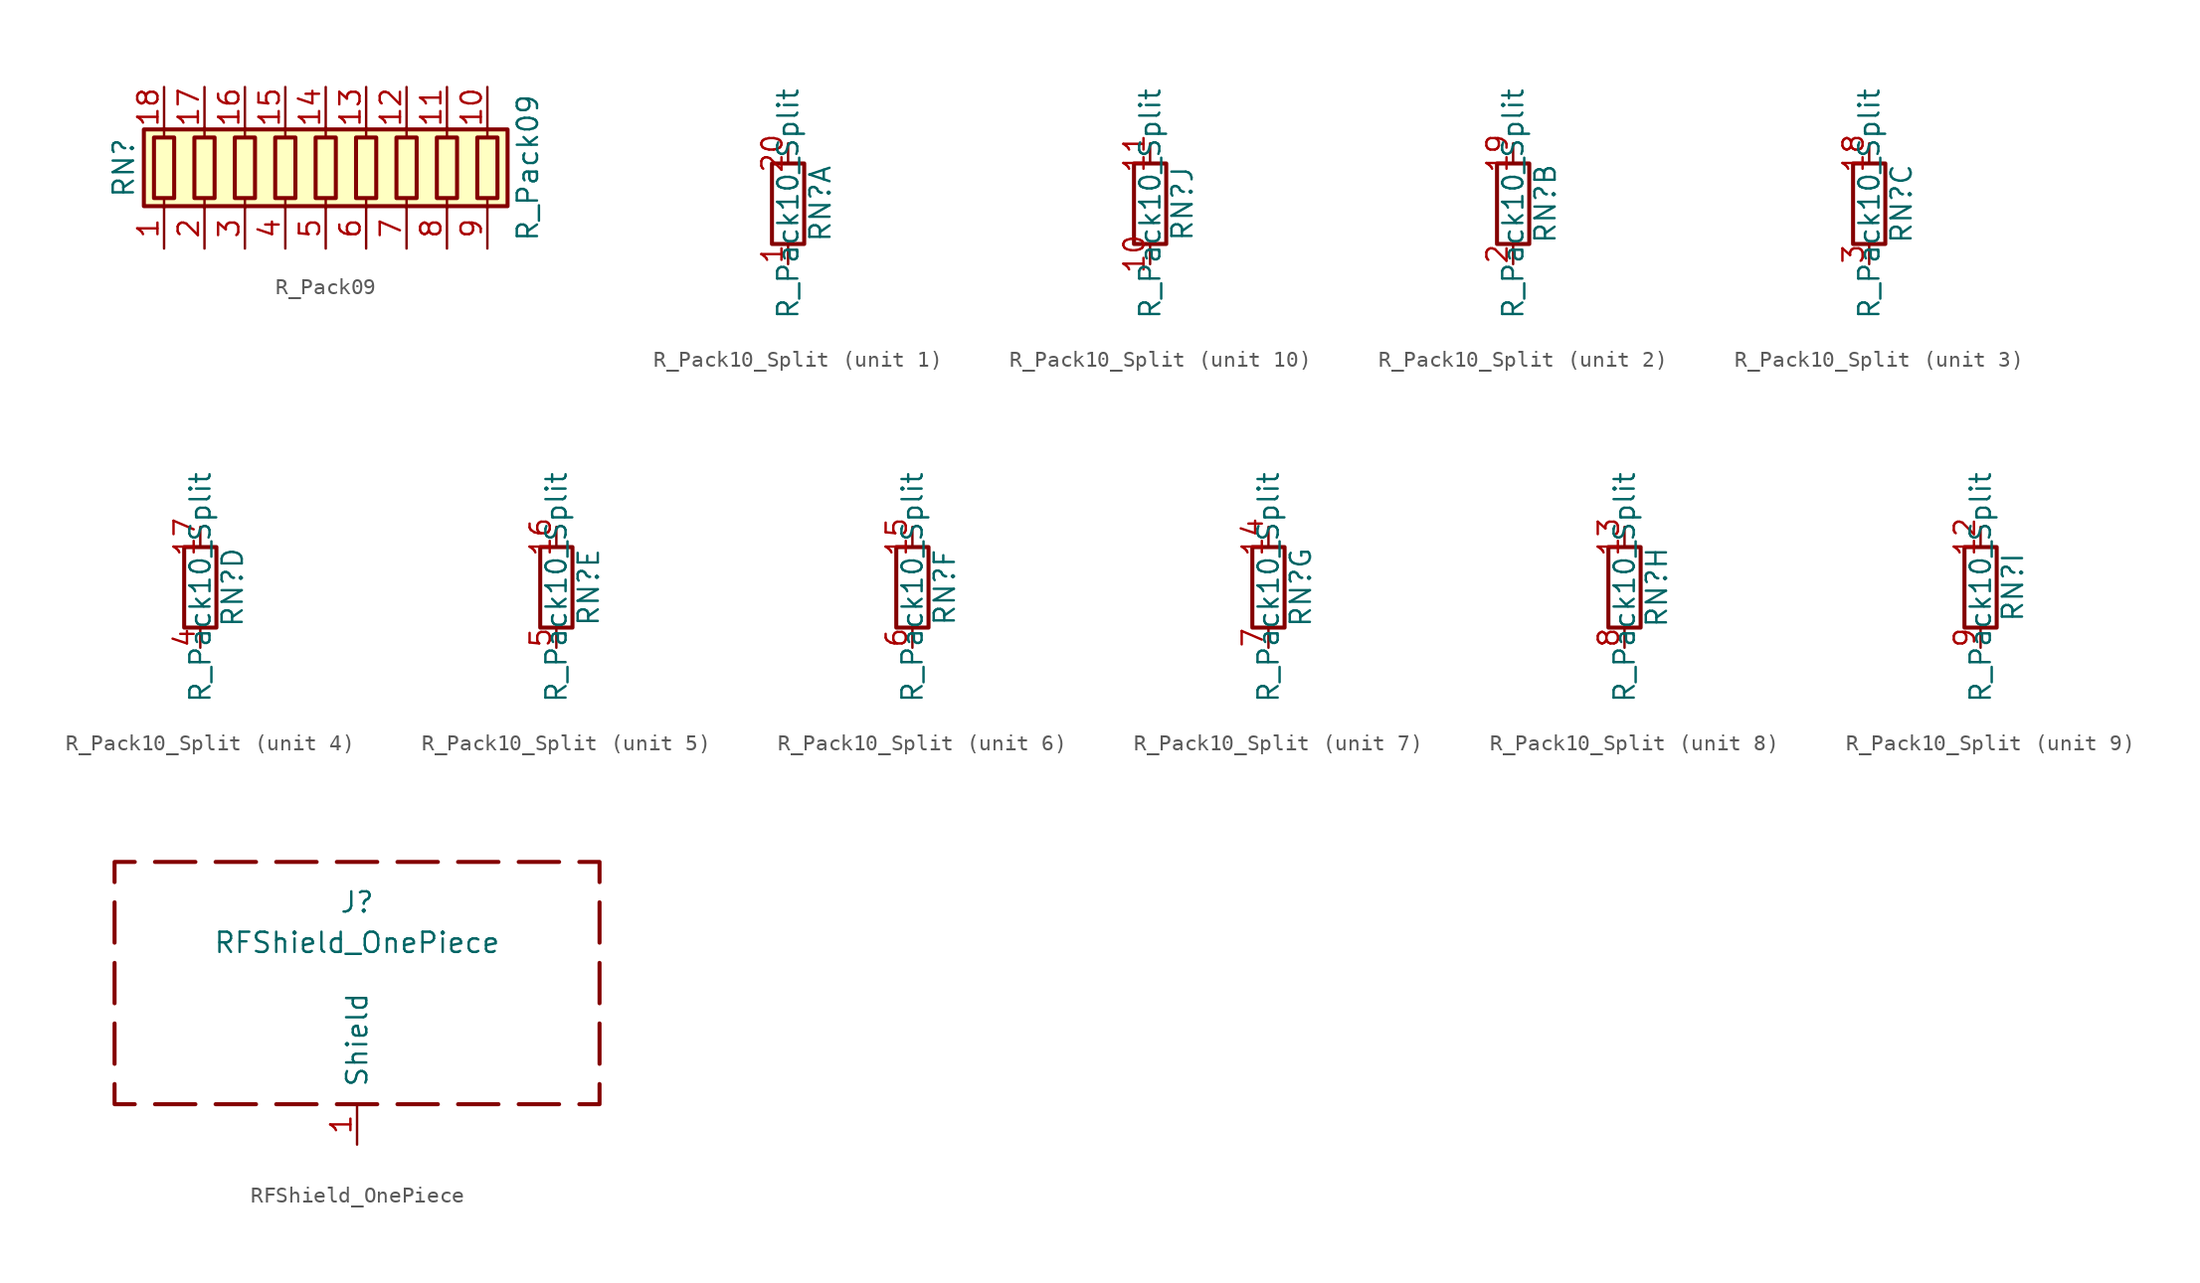
<source format=kicad_sym>
(kicad_symbol_lib
  (version 20211014)
  (generator kicad_symbol_editor)
  (symbol "R_Pack09"
    (pin_names
      (offset 0) hide)
    (property "Reference" "RN"
      (at -12.7 0 90)
      (effects (font (size 1.27 1.27))))
    (property "Value" "R_Pack09"
      (at 12.7 0 90)
      (effects (font (size 1.27 1.27))))
    (symbol "R_Pack09_0_1"
      (rectangle (start -11.43 -2.413) (end 11.43 2.413) (stroke (width 0.254) (type default) (color 0 0 0 0)) (fill (type background)))
      (rectangle (start -10.795 1.905) (end -9.525 -1.905) (stroke (width 0.254) (type default) (color 0 0 0 0)) (fill (type none)))
      (rectangle (start -8.255 1.905) (end -6.985 -1.905) (stroke (width 0.254) (type default) (color 0 0 0 0)) (fill (type none)))
      (rectangle (start -5.715 1.905) (end -4.445 -1.905) (stroke (width 0.254) (type default) (color 0 0 0 0)) (fill (type none)))
      (rectangle (start -3.175 1.905) (end -1.905 -1.905) (stroke (width 0.254) (type default) (color 0 0 0 0)) (fill (type none)))
      (rectangle (start -0.635 1.905) (end 0.635 -1.905) (stroke (width 0.254) (type default) (color 0 0 0 0)) (fill (type none)))
      (polyline (pts (xy -10.16 -2.54) (xy -10.16 -1.905)) (stroke (width 0) (type default) (color 0 0 0 0)) (fill (type none)))
      (polyline (pts (xy -10.16 1.905) (xy -10.16 2.54)) (stroke (width 0) (type default) (color 0 0 0 0)) (fill (type none)))
      (polyline (pts (xy -7.62 -2.54) (xy -7.62 -1.905)) (stroke (width 0) (type default) (color 0 0 0 0)) (fill (type none)))
      (polyline (pts (xy -7.62 1.905) (xy -7.62 2.54)) (stroke (width 0) (type default) (color 0 0 0 0)) (fill (type none)))
      (polyline (pts (xy -5.08 -2.54) (xy -5.08 -1.905)) (stroke (width 0) (type default) (color 0 0 0 0)) (fill (type none)))
      (polyline (pts (xy -5.08 1.905) (xy -5.08 2.54)) (stroke (width 0) (type default) (color 0 0 0 0)) (fill (type none)))
      (polyline (pts (xy -2.54 -2.54) (xy -2.54 -1.905)) (stroke (width 0) (type default) (color 0 0 0 0)) (fill (type none)))
      (polyline (pts (xy -2.54 1.905) (xy -2.54 2.54)) (stroke (width 0) (type default) (color 0 0 0 0)) (fill (type none)))
      (polyline (pts (xy 0 -2.54) (xy 0 -1.905)) (stroke (width 0) (type default) (color 0 0 0 0)) (fill (type none)))
      (polyline (pts (xy 0 1.905) (xy 0 2.54)) (stroke (width 0) (type default) (color 0 0 0 0)) (fill (type none)))
      (polyline (pts (xy 2.54 -2.54) (xy 2.54 -1.905)) (stroke (width 0) (type default) (color 0 0 0 0)) (fill (type none)))
      (polyline (pts (xy 2.54 1.905) (xy 2.54 2.54)) (stroke (width 0) (type default) (color 0 0 0 0)) (fill (type none)))
      (polyline (pts (xy 5.08 -2.54) (xy 5.08 -1.905)) (stroke (width 0) (type default) (color 0 0 0 0)) (fill (type none)))
      (polyline (pts (xy 5.08 1.905) (xy 5.08 2.54)) (stroke (width 0) (type default) (color 0 0 0 0)) (fill (type none)))
      (polyline (pts (xy 7.62 -2.54) (xy 7.62 -1.905)) (stroke (width 0) (type default) (color 0 0 0 0)) (fill (type none)))
      (polyline (pts (xy 7.62 1.905) (xy 7.62 2.54)) (stroke (width 0) (type default) (color 0 0 0 0)) (fill (type none)))
      (polyline (pts (xy 10.16 -2.54) (xy 10.16 -1.905)) (stroke (width 0) (type default) (color 0 0 0 0)) (fill (type none)))
      (polyline (pts (xy 10.16 1.905) (xy 10.16 2.54)) (stroke (width 0) (type default) (color 0 0 0 0)) (fill (type none)))
      (rectangle (start 1.905 1.905) (end 3.175 -1.905) (stroke (width 0.254) (type default) (color 0 0 0 0)) (fill (type none)))
      (rectangle (start 4.445 1.905) (end 5.715 -1.905) (stroke (width 0.254) (type default) (color 0 0 0 0)) (fill (type none)))
      (rectangle (start 6.985 1.905) (end 8.255 -1.905) (stroke (width 0.254) (type default) (color 0 0 0 0)) (fill (type none)))
      (rectangle (start 9.525 1.905) (end 10.795 -1.905) (stroke (width 0.254) (type default) (color 0 0 0 0)) (fill (type none))))
    (symbol "R_Pack09_1_1"
      (pin passive line (at -10.16 -5.08 90) (length 2.54) (name "R1.1" (effects (font (size 1.27 1.27)))) (number "1" (effects (font (size 1.27 1.27)))))
      (pin passive line (at 10.16 5.08 270) (length 2.54) (name "R9.2" (effects (font (size 1.27 1.27)))) (number "10" (effects (font (size 1.27 1.27)))))
      (pin passive line (at 7.62 5.08 270) (length 2.54) (name "R8.2" (effects (font (size 1.27 1.27)))) (number "11" (effects (font (size 1.27 1.27)))))
      (pin passive line (at 5.08 5.08 270) (length 2.54) (name "R7.2" (effects (font (size 1.27 1.27)))) (number "12" (effects (font (size 1.27 1.27)))))
      (pin passive line (at 2.54 5.08 270) (length 2.54) (name "R6.2" (effects (font (size 1.27 1.27)))) (number "13" (effects (font (size 1.27 1.27)))))
      (pin passive line (at 0 5.08 270) (length 2.54) (name "R5.2" (effects (font (size 1.27 1.27)))) (number "14" (effects (font (size 1.27 1.27)))))
      (pin passive line (at -2.54 5.08 270) (length 2.54) (name "R4.2" (effects (font (size 1.27 1.27)))) (number "15" (effects (font (size 1.27 1.27)))))
      (pin passive line (at -5.08 5.08 270) (length 2.54) (name "R3.2" (effects (font (size 1.27 1.27)))) (number "16" (effects (font (size 1.27 1.27)))))
      (pin passive line (at -7.62 5.08 270) (length 2.54) (name "R2.2" (effects (font (size 1.27 1.27)))) (number "17" (effects (font (size 1.27 1.27)))))
      (pin passive line (at -10.16 5.08 270) (length 2.54) (name "R1.2" (effects (font (size 1.27 1.27)))) (number "18" (effects (font (size 1.27 1.27)))))
      (pin passive line (at -7.62 -5.08 90) (length 2.54) (name "R2.1" (effects (font (size 1.27 1.27)))) (number "2" (effects (font (size 1.27 1.27)))))
      (pin passive line (at -5.08 -5.08 90) (length 2.54) (name "R3.1" (effects (font (size 1.27 1.27)))) (number "3" (effects (font (size 1.27 1.27)))))
      (pin passive line (at -2.54 -5.08 90) (length 2.54) (name "R4.1" (effects (font (size 1.27 1.27)))) (number "4" (effects (font (size 1.27 1.27)))))
      (pin passive line (at 0 -5.08 90) (length 2.54) (name "R5.1" (effects (font (size 1.27 1.27)))) (number "5" (effects (font (size 1.27 1.27)))))
      (pin passive line (at 2.54 -5.08 90) (length 2.54) (name "R6.1" (effects (font (size 1.27 1.27)))) (number "6" (effects (font (size 1.27 1.27)))))
      (pin passive line (at 5.08 -5.08 90) (length 2.54) (name "R7.1" (effects (font (size 1.27 1.27)))) (number "7" (effects (font (size 1.27 1.27)))))
      (pin passive line (at 7.62 -5.08 90) (length 2.54) (name "R8.1" (effects (font (size 1.27 1.27)))) (number "8" (effects (font (size 1.27 1.27)))))
      (pin passive line (at 10.16 -5.08 90) (length 2.54) (name "R9.1" (effects (font (size 1.27 1.27)))) (number "9" (effects (font (size 1.27 1.27)))))))
  (symbol "R_Pack10_Split"
    (pin_names
      (offset 0) hide)
    (property "Reference" "RN"
      (at 2.032 0 90)
      (effects (font (size 1.27 1.27))))
    (property "Value" "R_Pack10_Split"
      (at 0 0 90)
      (effects (font (size 1.27 1.27))))
    (symbol "R_Pack10_Split_0_1"
      (rectangle (start 1.016 2.54) (end -1.016 -2.54) (stroke (width 0.254) (type default) (color 0 0 0 0)) (fill (type none))))
    (symbol "R_Pack10_Split_1_1"
      (pin passive line (at 0 -3.81 90) (length 1.27) (name "R1.1" (effects (font (size 1.27 1.27)))) (number "1" (effects (font (size 1.27 1.27)))))
      (pin passive line (at 0 3.81 270) (length 1.27) (name "R1.2" (effects (font (size 1.27 1.27)))) (number "20" (effects (font (size 1.27 1.27))))))
    (symbol "R_Pack10_Split_2_1"
      (pin passive line (at 0 3.81 270) (length 1.27) (name "R2.2" (effects (font (size 1.27 1.27)))) (number "19" (effects (font (size 1.27 1.27)))))
      (pin passive line (at 0 -3.81 90) (length 1.27) (name "R2.1" (effects (font (size 1.27 1.27)))) (number "2" (effects (font (size 1.27 1.27))))))
    (symbol "R_Pack10_Split_3_1"
      (pin passive line (at 0 3.81 270) (length 1.27) (name "R3.2" (effects (font (size 1.27 1.27)))) (number "18" (effects (font (size 1.27 1.27)))))
      (pin passive line (at 0 -3.81 90) (length 1.27) (name "R3.1" (effects (font (size 1.27 1.27)))) (number "3" (effects (font (size 1.27 1.27))))))
    (symbol "R_Pack10_Split_4_1"
      (pin passive line (at 0 3.81 270) (length 1.27) (name "R4.2" (effects (font (size 1.27 1.27)))) (number "17" (effects (font (size 1.27 1.27)))))
      (pin passive line (at 0 -3.81 90) (length 1.27) (name "R4.1" (effects (font (size 1.27 1.27)))) (number "4" (effects (font (size 1.27 1.27))))))
    (symbol "R_Pack10_Split_5_1"
      (pin passive line (at 0 3.81 270) (length 1.27) (name "R5.2" (effects (font (size 1.27 1.27)))) (number "16" (effects (font (size 1.27 1.27)))))
      (pin passive line (at 0 -3.81 90) (length 1.27) (name "R5.1" (effects (font (size 1.27 1.27)))) (number "5" (effects (font (size 1.27 1.27))))))
    (symbol "R_Pack10_Split_6_1"
      (pin passive line (at 0 3.81 270) (length 1.27) (name "R6.2" (effects (font (size 1.27 1.27)))) (number "15" (effects (font (size 1.27 1.27)))))
      (pin passive line (at 0 -3.81 90) (length 1.27) (name "R6.1" (effects (font (size 1.27 1.27)))) (number "6" (effects (font (size 1.27 1.27))))))
    (symbol "R_Pack10_Split_7_1"
      (pin passive line (at 0 3.81 270) (length 1.27) (name "R7.2" (effects (font (size 1.27 1.27)))) (number "14" (effects (font (size 1.27 1.27)))))
      (pin passive line (at 0 -3.81 90) (length 1.27) (name "R7.1" (effects (font (size 1.27 1.27)))) (number "7" (effects (font (size 1.27 1.27))))))
    (symbol "R_Pack10_Split_8_1"
      (pin passive line (at 0 3.81 270) (length 1.27) (name "R8.2" (effects (font (size 1.27 1.27)))) (number "13" (effects (font (size 1.27 1.27)))))
      (pin passive line (at 0 -3.81 90) (length 1.27) (name "R8.1" (effects (font (size 1.27 1.27)))) (number "8" (effects (font (size 1.27 1.27))))))
    (symbol "R_Pack10_Split_9_1"
      (pin passive line (at 0 3.81 270) (length 1.27) (name "R9.2" (effects (font (size 1.27 1.27)))) (number "12" (effects (font (size 1.27 1.27)))))
      (pin passive line (at 0 -3.81 90) (length 1.27) (name "R9.1" (effects (font (size 1.27 1.27)))) (number "9" (effects (font (size 1.27 1.27))))))
    (symbol "R_Pack10_Split_10_1"
      (pin passive line (at 0 -3.81 90) (length 1.27) (name "R10.1" (effects (font (size 1.27 1.27)))) (number "10" (effects (font (size 1.27 1.27)))))
      (pin passive line (at 0 3.81 270) (length 1.27) (name "R10.2" (effects (font (size 1.27 1.27)))) (number "11" (effects (font (size 1.27 1.27)))))))
  (symbol "RFShield_OnePiece"
    (pin_names
      (offset 1.016))
    (property "Reference" "J"
      (at 0 5.08 0)
      (effects (font (size 1.27 1.27))))
    (property "Value" "RFShield_OnePiece"
      (at 0 2.54 0)
      (effects (font (size 1.27 1.27))))
    (symbol "RFShield_OnePiece_0_1"
      (polyline (pts (xy -15.24 -5.08) (xy -15.24 -2.54)) (stroke (width 0.254) (type default) (color 0 0 0 0)) (fill (type none)))
      (polyline (pts (xy -15.24 -1.27) (xy -15.24 1.27)) (stroke (width 0.254) (type default) (color 0 0 0 0)) (fill (type none)))
      (polyline (pts (xy -15.24 2.54) (xy -15.24 5.08)) (stroke (width 0.254) (type default) (color 0 0 0 0)) (fill (type none)))
      (polyline (pts (xy -12.7 7.62) (xy -10.16 7.62)) (stroke (width 0.254) (type default) (color 0 0 0 0)) (fill (type none)))
      (polyline (pts (xy -10.16 -7.62) (xy -12.7 -7.62)) (stroke (width 0.254) (type default) (color 0 0 0 0)) (fill (type none)))
      (polyline (pts (xy -6.35 -7.62) (xy -8.89 -7.62)) (stroke (width 0.254) (type default) (color 0 0 0 0)) (fill (type none)))
      (polyline (pts (xy -6.35 7.62) (xy -8.89 7.62)) (stroke (width 0.254) (type default) (color 0 0 0 0)) (fill (type none)))
      (polyline (pts (xy -2.54 -7.62) (xy -5.08 -7.62)) (stroke (width 0.254) (type default) (color 0 0 0 0)) (fill (type none)))
      (polyline (pts (xy -2.54 7.62) (xy -5.08 7.62)) (stroke (width 0.254) (type default) (color 0 0 0 0)) (fill (type none)))
      (polyline (pts (xy -1.27 -7.62) (xy 1.27 -7.62)) (stroke (width 0.254) (type default) (color 0 0 0 0)) (fill (type none)))
      (polyline (pts (xy 1.27 7.62) (xy -1.27 7.62)) (stroke (width 0.254) (type default) (color 0 0 0 0)) (fill (type none)))
      (polyline (pts (xy 2.54 -7.62) (xy 5.08 -7.62)) (stroke (width 0.254) (type default) (color 0 0 0 0)) (fill (type none)))
      (polyline (pts (xy 5.08 7.62) (xy 2.54 7.62)) (stroke (width 0.254) (type default) (color 0 0 0 0)) (fill (type none)))
      (polyline (pts (xy 6.35 -7.62) (xy 8.89 -7.62)) (stroke (width 0.254) (type default) (color 0 0 0 0)) (fill (type none)))
      (polyline (pts (xy 8.89 7.62) (xy 6.35 7.62)) (stroke (width 0.254) (type default) (color 0 0 0 0)) (fill (type none)))
      (polyline (pts (xy 10.16 -7.62) (xy 12.7 -7.62)) (stroke (width 0.254) (type default) (color 0 0 0 0)) (fill (type none)))
      (polyline (pts (xy 12.7 7.62) (xy 10.16 7.62)) (stroke (width 0.254) (type default) (color 0 0 0 0)) (fill (type none)))
      (polyline (pts (xy 15.24 -5.08) (xy 15.24 -2.54)) (stroke (width 0.254) (type default) (color 0 0 0 0)) (fill (type none)))
      (polyline (pts (xy 15.24 -1.27) (xy 15.24 1.27)) (stroke (width 0.254) (type default) (color 0 0 0 0)) (fill (type none)))
      (polyline (pts (xy 15.24 2.54) (xy 15.24 5.08)) (stroke (width 0.254) (type default) (color 0 0 0 0)) (fill (type none)))
      (polyline (pts (xy -15.24 6.35) (xy -15.24 7.62) (xy -13.97 7.62)) (stroke (width 0.254) (type default) (color 0 0 0 0)) (fill (type none)))
      (polyline (pts (xy -13.97 -7.62) (xy -15.24 -7.62) (xy -15.24 -6.35)) (stroke (width 0.254) (type default) (color 0 0 0 0)) (fill (type none)))
      (polyline (pts (xy 13.97 -7.62) (xy 15.24 -7.62) (xy 15.24 -6.35)) (stroke (width 0.254) (type default) (color 0 0 0 0)) (fill (type none)))
      (polyline (pts (xy 15.24 6.35) (xy 15.24 7.62) (xy 13.97 7.62)) (stroke (width 0.254) (type default) (color 0 0 0 0)) (fill (type none))))
    (symbol "RFShield_OnePiece_1_1"
      (pin passive line (at 0 -10.16 90) (length 2.54) (name "Shield" (effects (font (size 1.27 1.27)))) (number "1" (effects (font (size 1.27 1.27))))))))
</source>
